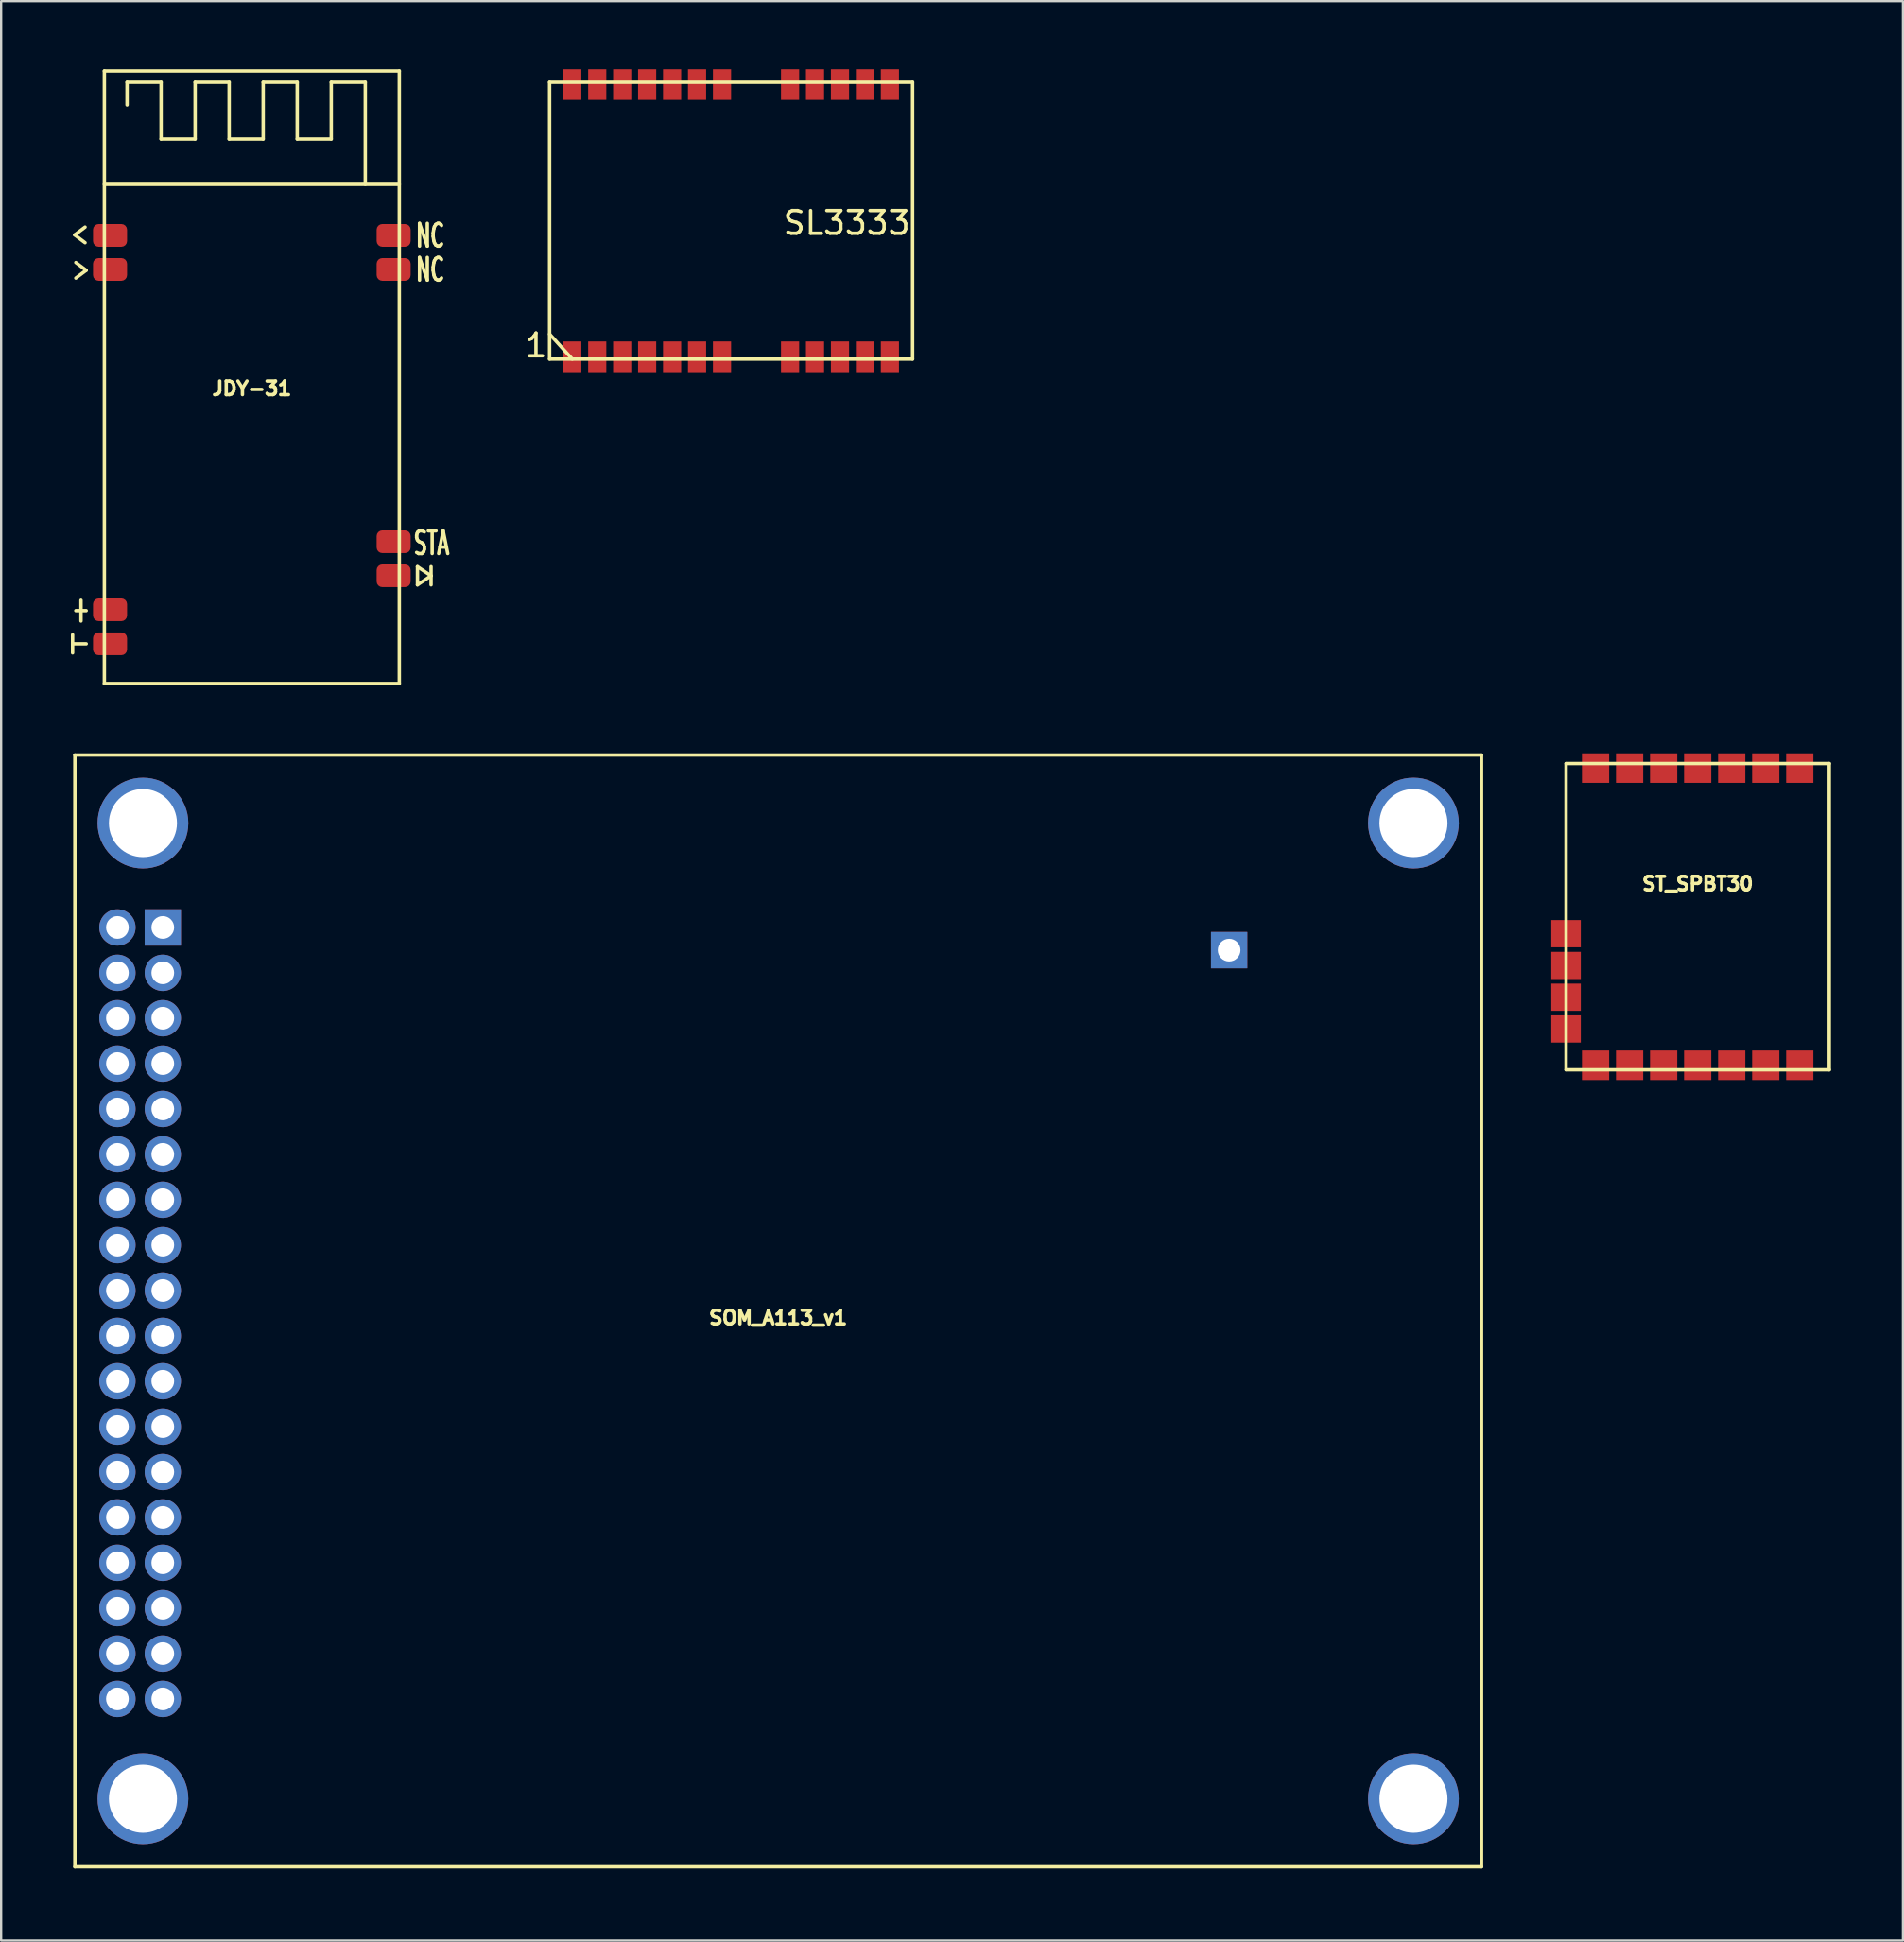
<source format=kicad_pcb>
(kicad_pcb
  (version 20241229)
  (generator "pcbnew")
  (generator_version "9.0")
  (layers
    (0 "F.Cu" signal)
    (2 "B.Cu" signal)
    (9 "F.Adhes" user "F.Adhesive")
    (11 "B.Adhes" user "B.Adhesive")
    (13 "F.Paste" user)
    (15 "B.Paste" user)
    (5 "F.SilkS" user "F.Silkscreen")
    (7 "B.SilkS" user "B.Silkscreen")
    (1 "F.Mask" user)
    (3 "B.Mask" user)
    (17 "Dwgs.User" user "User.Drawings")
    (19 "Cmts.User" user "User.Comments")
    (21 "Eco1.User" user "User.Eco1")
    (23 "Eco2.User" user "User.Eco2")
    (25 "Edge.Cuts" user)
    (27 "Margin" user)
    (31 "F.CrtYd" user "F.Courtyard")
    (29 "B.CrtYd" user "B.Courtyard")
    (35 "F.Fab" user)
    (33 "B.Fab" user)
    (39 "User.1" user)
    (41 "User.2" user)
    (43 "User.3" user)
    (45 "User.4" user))
  (footprint "SOM_A113_v1"
    (layer "F.Cu")
    (at 0.25 79.225)
    (property "Reference" "SOM_A113_v1" (at 31 -24.2 0) (layer "F.SilkS") (effects (font (size 0.6 0.6) (thickness 0.15))))
    (attr through_hole)
    (fp_line (start 0 -49) (end 62 -49) (stroke (width 0.15) (type solid)) (layer "F.SilkS"))
    (fp_line (start 0 0) (end 0 -49) (stroke (width 0.15) (type solid)) (layer "F.SilkS"))
    (fp_line (start 62 -49) (end 62 0) (stroke (width 0.15) (type solid)) (layer "F.SilkS"))
    (fp_line (start 62 0) (end 0 0) (stroke (width 0.15) (type solid)) (layer "F.SilkS"))
    (pad "1" thru_hole rect (at 3.875 -41.4) (size 1.6 1.6) (drill 1) (layers "*.Cu" "*.Mask"))
    (pad "1" thru_hole rect (at 50.875 -40.4) (size 1.6 1.6) (drill 1) (layers "*.Cu" "*.Mask"))
    (pad "2" thru_hole circle (at 1.875 -41.4) (size 1.6 1.6) (drill 1) (layers "*.Cu" "*.Mask"))
    (pad "3" thru_hole circle (at 3.875 -39.4) (size 1.6 1.6) (drill 1) (layers "*.Cu" "*.Mask"))
    (pad "4" thru_hole circle (at 1.875 -39.4) (size 1.6 1.6) (drill 1) (layers "*.Cu" "*.Mask"))
    (pad "5" thru_hole circle (at 3.875 -37.4) (size 1.6 1.6) (drill 1) (layers "*.Cu" "*.Mask"))
    (pad "6" thru_hole circle (at 1.875 -37.4) (size 1.6 1.6) (drill 1) (layers "*.Cu" "*.Mask"))
    (pad "7" thru_hole circle (at 3.875 -35.4) (size 1.6 1.6) (drill 1) (layers "*.Cu" "*.Mask"))
    (pad "8" thru_hole circle (at 1.875 -35.4) (size 1.6 1.6) (drill 1) (layers "*.Cu" "*.Mask"))
    (pad "9" thru_hole circle (at 3.875 -33.4) (size 1.6 1.6) (drill 1) (layers "*.Cu" "*.Mask"))
    (pad "10" thru_hole circle (at 1.875 -33.4) (size 1.6 1.6) (drill 1) (layers "*.Cu" "*.Mask"))
    (pad "11" thru_hole circle (at 3.875 -31.4) (size 1.6 1.6) (drill 1) (layers "*.Cu" "*.Mask"))
    (pad "12" thru_hole circle (at 1.875 -31.4) (size 1.6 1.6) (drill 1) (layers "*.Cu" "*.Mask"))
    (pad "13" thru_hole circle (at 3.875 -29.4) (size 1.6 1.6) (drill 1) (layers "*.Cu" "*.Mask"))
    (pad "14" thru_hole circle (at 1.875 -29.4) (size 1.6 1.6) (drill 1) (layers "*.Cu" "*.Mask"))
    (pad "15" thru_hole circle (at 3.875 -27.4) (size 1.6 1.6) (drill 1) (layers "*.Cu" "*.Mask"))
    (pad "16" thru_hole circle (at 1.875 -27.4) (size 1.6 1.6) (drill 1) (layers "*.Cu" "*.Mask"))
    (pad "17" thru_hole circle (at 3.875 -25.4) (size 1.6 1.6) (drill 1) (layers "*.Cu" "*.Mask"))
    (pad "18" thru_hole circle (at 1.875 -25.4) (size 1.6 1.6) (drill 1) (layers "*.Cu" "*.Mask"))
    (pad "19" thru_hole circle (at 3.875 -23.4) (size 1.6 1.6) (drill 1) (layers "*.Cu" "*.Mask"))
    (pad "20" thru_hole circle (at 1.875 -23.4) (size 1.6 1.6) (drill 1) (layers "*.Cu" "*.Mask"))
    (pad "21" thru_hole circle (at 3.875 -21.4) (size 1.6 1.6) (drill 1) (layers "*.Cu" "*.Mask"))
    (pad "22" thru_hole circle (at 1.875 -21.4) (size 1.6 1.6) (drill 1) (layers "*.Cu" "*.Mask"))
    (pad "23" thru_hole circle (at 3.875 -19.4) (size 1.6 1.6) (drill 1) (layers "*.Cu" "*.Mask"))
    (pad "24" thru_hole circle (at 1.875 -19.4) (size 1.6 1.6) (drill 1) (layers "*.Cu" "*.Mask"))
    (pad "25" thru_hole circle (at 3.875 -17.4) (size 1.6 1.6) (drill 1) (layers "*.Cu" "*.Mask"))
    (pad "26" thru_hole circle (at 1.875 -17.4) (size 1.6 1.6) (drill 1) (layers "*.Cu" "*.Mask"))
    (pad "27" thru_hole circle (at 3.875 -15.4) (size 1.6 1.6) (drill 1) (layers "*.Cu" "*.Mask"))
    (pad "28" thru_hole circle (at 1.875 -15.4) (size 1.6 1.6) (drill 1) (layers "*.Cu" "*.Mask"))
    (pad "29" thru_hole circle (at 3.875 -13.4) (size 1.6 1.6) (drill 1) (layers "*.Cu" "*.Mask"))
    (pad "30" thru_hole circle (at 1.875 -13.4) (size 1.6 1.6) (drill 1) (layers "*.Cu" "*.Mask"))
    (pad "31" thru_hole circle (at 3.875 -11.4) (size 1.6 1.6) (drill 1) (layers "*.Cu" "*.Mask"))
    (pad "32" thru_hole circle (at 1.875 -11.4) (size 1.6 1.6) (drill 1) (layers "*.Cu" "*.Mask"))
    (pad "33" thru_hole circle (at 3.875 -9.4) (size 1.6 1.6) (drill 1) (layers "*.Cu" "*.Mask"))
    (pad "34" thru_hole circle (at 1.875 -9.4) (size 1.6 1.6) (drill 1) (layers "*.Cu" "*.Mask"))
    (pad "35" thru_hole circle (at 3.875 -7.4) (size 1.6 1.6) (drill 1) (layers "*.Cu" "*.Mask"))
    (pad "36" thru_hole circle (at 1.875 -7.4) (size 1.6 1.6) (drill 1) (layers "*.Cu" "*.Mask"))
    (pad "PAD" thru_hole circle (at 3 -46) (size 4 4) (drill 3) (layers "*.Cu" "*.Mask"))
    (pad "PAD" thru_hole circle (at 3 -3) (size 4 4) (drill 3) (layers "*.Cu" "*.Mask"))
    (pad "PAD" thru_hole circle (at 59 -46) (size 4 4) (drill 3) (layers "*.Cu" "*.Mask"))
    (pad "PAD" thru_hole circle (at 59 -3) (size 4 4) (drill 3) (layers "*.Cu" "*.Mask")))
  (footprint "ST_SPBT30"
    (layer "F.Cu")
    (at 77.575 37.35)
    (property "Reference" "ST_SPBT30" (at -5.8 -1.45 0) (layer "F.SilkS") (effects (font (size 0.6 0.6) (thickness 0.15))))
    (attr through_hole)
    (fp_line (start -11.6 -6.75) (end 0 -6.75) (stroke (width 0.15) (type solid)) (layer "F.SilkS"))
    (fp_line (start -11.6 6.75) (end -11.6 -6.75) (stroke (width 0.15) (type solid)) (layer "F.SilkS"))
    (fp_line (start 0 -6.75) (end 0 6.75) (stroke (width 0.15) (type solid)) (layer "F.SilkS"))
    (fp_line (start 0 6.75) (end -11.6 6.75) (stroke (width 0.15) (type solid)) (layer "F.SilkS"))
    (pad "1" smd rect (at -10.3 6.55) (size 1.2 1.3) (layers "F.Cu" "F.Mask" "F.Paste"))
    (pad "2" smd rect (at -8.8 6.55) (size 1.2 1.3) (layers "F.Cu" "F.Mask" "F.Paste"))
    (pad "3" smd rect (at -7.3 6.55) (size 1.2 1.3) (layers "F.Cu" "F.Mask" "F.Paste"))
    (pad "4" smd rect (at -5.8 6.55) (size 1.2 1.3) (layers "F.Cu" "F.Mask" "F.Paste"))
    (pad "5" smd rect (at -4.3 6.55) (size 1.2 1.3) (layers "F.Cu" "F.Mask" "F.Paste"))
    (pad "6" smd rect (at -2.8 6.55) (size 1.2 1.3) (layers "F.Cu" "F.Mask" "F.Paste"))
    (pad "7" smd rect (at -1.3 6.55) (size 1.2 1.3) (layers "F.Cu" "F.Mask" "F.Paste"))
    (pad "8" smd rect (at -1.3 -6.55) (size 1.2 1.3) (layers "F.Cu" "F.Mask" "F.Paste"))
    (pad "9" smd rect (at -2.8 -6.55) (size 1.2 1.3) (layers "F.Cu" "F.Mask" "F.Paste"))
    (pad "10" smd rect (at -4.3 -6.55) (size 1.2 1.3) (layers "F.Cu" "F.Mask" "F.Paste"))
    (pad "11" smd rect (at -5.8 -6.55) (size 1.2 1.3) (layers "F.Cu" "F.Mask" "F.Paste"))
    (pad "12" smd rect (at -7.3 -6.55) (size 1.2 1.3) (layers "F.Cu" "F.Mask" "F.Paste"))
    (pad "13" smd rect (at -8.8 -6.55) (size 1.2 1.3) (layers "F.Cu" "F.Mask" "F.Paste"))
    (pad "14" smd rect (at -10.3 -6.55) (size 1.2 1.3) (layers "F.Cu" "F.Mask" "F.Paste"))
    (pad "15" smd rect (at -11.6 0.75) (size 1.3 1.2) (layers "F.Cu" "F.Mask" "F.Paste"))
    (pad "16" smd rect (at -11.6 2.15) (size 1.3 1.2) (layers "F.Cu" "F.Mask" "F.Paste"))
    (pad "17" smd rect (at -11.6 3.55) (size 1.3 1.2) (layers "F.Cu" "F.Mask" "F.Paste"))
    (pad "18" smd rect (at -11.6 4.95) (size 1.3 1.2) (layers "F.Cu" "F.Mask" "F.Paste")))
  (footprint "JDY-31"
    (layer "F.Cu")
    (at 8.05 13.575)
    (property "Reference" "JDY-31" (at 0 0.5 0) (layer "F.SilkS") (effects (font (size 0.6 0.6) (thickness 0.15))))
    (attr through_hole)
    (fp_line (start -7.9 12.15) (end -7.9 11.35) (stroke (width 0.15) (type default)) (layer "F.SilkS"))
    (fp_line (start -7.3 11.75) (end -7.9 11.75) (stroke (width 0.15) (type default)) (layer "F.SilkS"))
    (fp_line (start -6.5 -13.5) (end 6.5 -13.5) (stroke (width 0.15) (type solid)) (layer "F.SilkS"))
    (fp_line (start -6.5 -8.5) (end 6.5 -8.5) (stroke (width 0.15) (type solid)) (layer "F.SilkS"))
    (fp_line (start -6.5 13.5) (end -6.5 -13.5) (stroke (width 0.15) (type solid)) (layer "F.SilkS"))
    (fp_line (start -5.5 -13) (end -5.5 -12) (stroke (width 0.15) (type solid)) (layer "F.SilkS"))
    (fp_line (start -4 -13) (end -5.5 -13) (stroke (width 0.15) (type solid)) (layer "F.SilkS"))
    (fp_line (start -4 -10.5) (end -4 -13) (stroke (width 0.15) (type solid)) (layer "F.SilkS"))
    (fp_line (start -2.5 -13) (end -2.5 -10.5) (stroke (width 0.15) (type solid)) (layer "F.SilkS"))
    (fp_line (start -2.5 -10.5) (end -4 -10.5) (stroke (width 0.15) (type solid)) (layer "F.SilkS"))
    (fp_line (start -1 -13) (end -2.5 -13) (stroke (width 0.15) (type solid)) (layer "F.SilkS"))
    (fp_line (start -1 -10.5) (end -1 -13) (stroke (width 0.15) (type solid)) (layer "F.SilkS"))
    (fp_line (start 0.5 -13) (end 0.5 -10.5) (stroke (width 0.15) (type solid)) (layer "F.SilkS"))
    (fp_line (start 0.5 -10.5) (end -1 -10.5) (stroke (width 0.15) (type solid)) (layer "F.SilkS"))
    (fp_line (start 2 -13) (end 0.5 -13) (stroke (width 0.15) (type solid)) (layer "F.SilkS"))
    (fp_line (start 2 -10.5) (end 2 -13) (stroke (width 0.15) (type solid)) (layer "F.SilkS"))
    (fp_line (start 3.5 -13) (end 3.5 -10.5) (stroke (width 0.15) (type solid)) (layer "F.SilkS"))
    (fp_line (start 3.5 -10.5) (end 2 -10.5) (stroke (width 0.15) (type solid)) (layer "F.SilkS"))
    (fp_line (start 5 -13) (end 3.5 -13) (stroke (width 0.15) (type solid)) (layer "F.SilkS"))
    (fp_line (start 5 -8.5) (end 5 -13) (stroke (width 0.15) (type solid)) (layer "F.SilkS"))
    (fp_line (start 6.5 -13.5) (end 6.5 13.5) (stroke (width 0.15) (type solid)) (layer "F.SilkS"))
    (fp_line (start 6.5 13.5) (end -6.5 13.5) (stroke (width 0.15) (type solid)) (layer "F.SilkS"))
    (fp_line (start 7.3 9.15) (end 7.3 8.35) (stroke (width 0.15) (type default)) (layer "F.SilkS"))
    (fp_line (start 7.9 8.75) (end 7.3 8.35) (stroke (width 0.15) (type default)) (layer "F.SilkS"))
    (fp_line (start 7.9 8.75) (end 7.3 9.15) (stroke (width 0.15) (type default)) (layer "F.SilkS"))
    (fp_line (start 7.9 9.15) (end 7.9 8.35) (stroke (width 0.15) (type default)) (layer "F.SilkS"))
    (fp_text user "<" (at -8.05 -5.66 0) (unlocked yes) (layer "F.SilkS") (effects (font (size 1.2 0.6) (thickness 0.15)) (justify left bottom)))
    (fp_text user "STA" (at 7.05 7.9 0) (unlocked yes) (layer "F.SilkS") (effects (font (size 1 0.6) (thickness 0.15)) (justify left bottom)))
    (fp_text user "NC" (at 7.15 -4.15 0) (unlocked yes) (layer "F.SilkS") (effects (font (size 1 0.6) (thickness 0.15)) (justify left bottom)))
    (fp_text user "+" (at -8 10.9 0) (unlocked yes) (layer "F.SilkS") (effects (font (size 1.2 0.6) (thickness 0.15)) (justify left bottom)))
    (fp_text user "NC" (at 7.15 -5.65 0) (unlocked yes) (layer "F.SilkS") (effects (font (size 1 0.6) (thickness 0.15)) (justify left bottom)))
    (fp_text user ">" (at -8 -4.1 0) (unlocked yes) (layer "F.SilkS") (effects (font (size 1.2 0.6) (thickness 0.15)) (justify left bottom)))
    (pad "1" smd roundrect (at -6.25 -6.25) (size 1.5 1) (layers "F.Cu" "F.Mask" "F.Paste") (roundrect_rratio 0.25))
    (pad "2" smd roundrect (at -6.25 -4.75) (size 1.5 1) (layers "F.Cu" "F.Mask" "F.Paste") (roundrect_rratio 0.25))
    (pad "12" smd roundrect (at -6.25 10.25) (size 1.5 1) (layers "F.Cu" "F.Mask" "F.Paste") (roundrect_rratio 0.25))
    (pad "13" smd roundrect (at -6.25 11.75) (size 1.5 1) (layers "F.Cu" "F.Mask" "F.Paste") (roundrect_rratio 0.25))
    (pad "15" smd roundrect (at 6.25 8.75) (size 1.5 1) (layers "F.Cu" "F.Mask" "F.Paste") (roundrect_rratio 0.25))
    (pad "16" smd roundrect (at 6.25 7.25) (size 1.5 1) (layers "F.Cu" "F.Mask" "F.Paste") (roundrect_rratio 0.25))
    (pad "24" smd roundrect (at 6.25 -4.75) (size 1.5 1) (layers "F.Cu" "F.Mask" "F.Paste") (roundrect_rratio 0.25))
    (pad "25" smd roundrect (at 6.25 -6.25) (size 1.5 1) (layers "F.Cu" "F.Mask" "F.Paste") (roundrect_rratio 0.25)))
  (footprint "SL3333"
    (layer "F.Cu")
    (at 29.174 6.675)
    (property "Reference" "SL3333" (at 5.1 0.1 0) (layer "F.SilkS") (effects (font (size 1 1) (thickness 0.15))))
    (attr through_hole)
    (fp_line (start -8 -6.1) (end 8 -6.1) (stroke (width 0.15) (type solid)) (layer "F.SilkS"))
    (fp_line (start -8 6.1) (end -8 -6.1) (stroke (width 0.15) (type solid)) (layer "F.SilkS"))
    (fp_line (start -7 6.1) (end -8 5) (stroke (width 0.15) (type solid)) (layer "F.SilkS"))
    (fp_line (start 8 -6.1) (end 8 6.1) (stroke (width 0.15) (type solid)) (layer "F.SilkS"))
    (fp_line (start 8 6.1) (end -8 6.1) (stroke (width 0.15) (type solid)) (layer "F.SilkS"))
    (fp_text user "1" (at -8.6 5.5 0) (layer "F.SilkS") (effects (font (size 1 1) (thickness 0.15))))
    (pad "1" smd rect (at -7 6) (size 0.8 1.35) (layers "F.Cu" "F.Mask" "F.Paste"))
    (pad "2" smd rect (at -5.9 6) (size 0.8 1.35) (layers "F.Cu" "F.Mask" "F.Paste"))
    (pad "3" smd rect (at -4.8 6) (size 0.8 1.35) (layers "F.Cu" "F.Mask" "F.Paste"))
    (pad "4" smd rect (at -3.7 6) (size 0.8 1.35) (layers "F.Cu" "F.Mask" "F.Paste"))
    (pad "5" smd rect (at -2.6 6) (size 0.8 1.35) (layers "F.Cu" "F.Mask" "F.Paste"))
    (pad "6" smd rect (at -1.5 6) (size 0.8 1.35) (layers "F.Cu" "F.Mask" "F.Paste"))
    (pad "7" smd rect (at -0.4 6) (size 0.8 1.35) (layers "F.Cu" "F.Mask" "F.Paste"))
    (pad "8" smd rect (at 2.6 6) (size 0.8 1.35) (layers "F.Cu" "F.Mask" "F.Paste"))
    (pad "9" smd rect (at 3.7 6) (size 0.8 1.35) (layers "F.Cu" "F.Mask" "F.Paste"))
    (pad "10" smd rect (at 4.8 6) (size 0.8 1.35) (layers "F.Cu" "F.Mask" "F.Paste"))
    (pad "11" smd rect (at 5.9 6) (size 0.8 1.35) (layers "F.Cu" "F.Mask" "F.Paste"))
    (pad "12" smd rect (at 7 6) (size 0.8 1.35) (layers "F.Cu" "F.Mask" "F.Paste"))
    (pad "13" smd rect (at 7 -6) (size 0.8 1.35) (layers "F.Cu" "F.Mask" "F.Paste"))
    (pad "14" smd rect (at 5.9 -6) (size 0.8 1.35) (layers "F.Cu" "F.Mask" "F.Paste"))
    (pad "15" smd rect (at 4.8 -6) (size 0.8 1.35) (layers "F.Cu" "F.Mask" "F.Paste"))
    (pad "16" smd rect (at 3.7 -6) (size 0.8 1.35) (layers "F.Cu" "F.Mask" "F.Paste"))
    (pad "17" smd rect (at 2.6 -6) (size 0.8 1.35) (layers "F.Cu" "F.Mask" "F.Paste"))
    (pad "18" smd rect (at -0.4 -6) (size 0.8 1.35) (layers "F.Cu" "F.Mask" "F.Paste"))
    (pad "19" smd rect (at -1.5 -6) (size 0.8 1.35) (layers "F.Cu" "F.Mask" "F.Paste"))
    (pad "20" smd rect (at -2.6 -6) (size 0.8 1.35) (layers "F.Cu" "F.Mask" "F.Paste"))
    (pad "21" smd rect (at -3.7 -6) (size 0.8 1.35) (layers "F.Cu" "F.Mask" "F.Paste"))
    (pad "22" smd rect (at -4.8 -6) (size 0.8 1.35) (layers "F.Cu" "F.Mask" "F.Paste"))
    (pad "23" smd rect (at -5.9 -6) (size 0.8 1.35) (layers "F.Cu" "F.Mask" "F.Paste"))
    (pad "24" smd rect (at -7 -6) (size 0.8 1.35) (layers "F.Cu" "F.Mask" "F.Paste")))
  (gr_rect
    (start -3 -3)
    (end 80.825 82.475)
    (stroke (width 0.1) (type default))
    (fill no)
    (layer "Edge.Cuts")))
</source>
